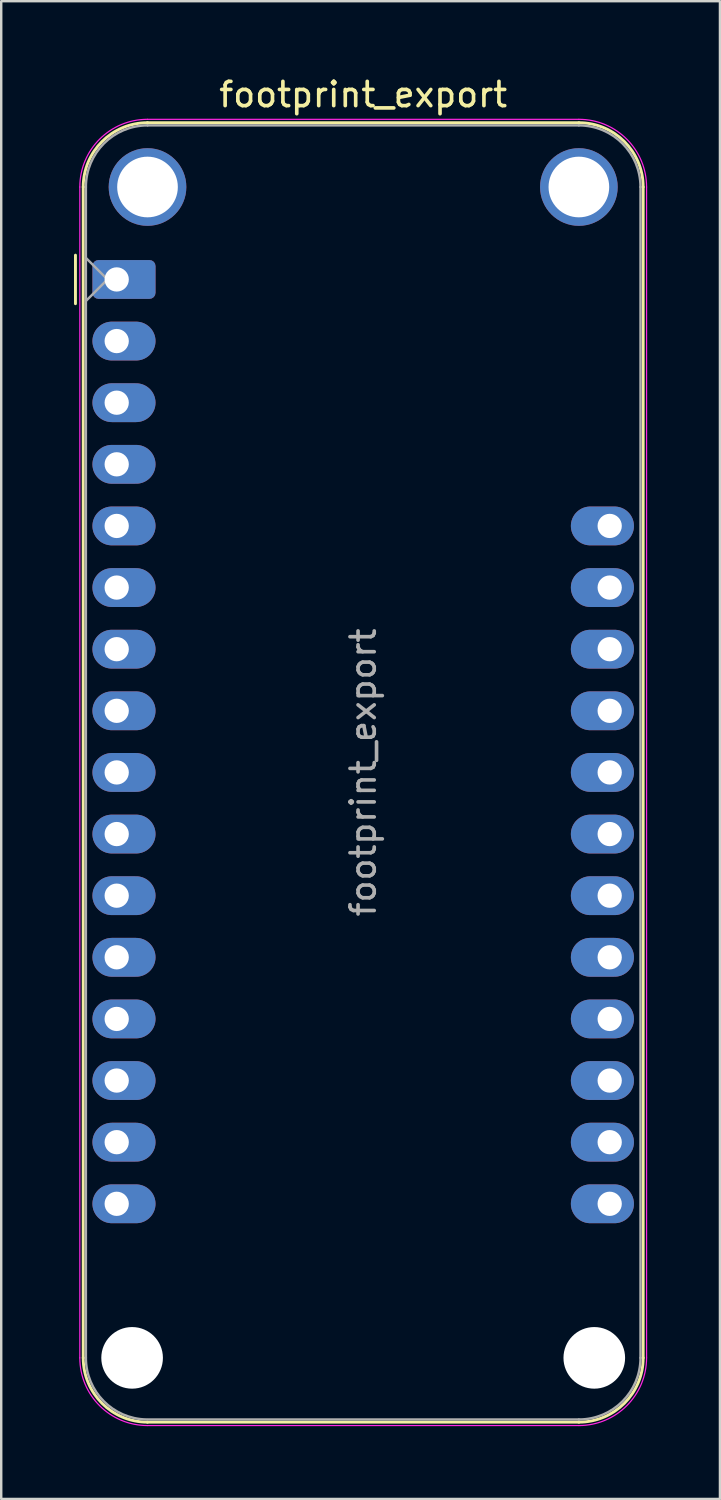
<source format=kicad_pcb>
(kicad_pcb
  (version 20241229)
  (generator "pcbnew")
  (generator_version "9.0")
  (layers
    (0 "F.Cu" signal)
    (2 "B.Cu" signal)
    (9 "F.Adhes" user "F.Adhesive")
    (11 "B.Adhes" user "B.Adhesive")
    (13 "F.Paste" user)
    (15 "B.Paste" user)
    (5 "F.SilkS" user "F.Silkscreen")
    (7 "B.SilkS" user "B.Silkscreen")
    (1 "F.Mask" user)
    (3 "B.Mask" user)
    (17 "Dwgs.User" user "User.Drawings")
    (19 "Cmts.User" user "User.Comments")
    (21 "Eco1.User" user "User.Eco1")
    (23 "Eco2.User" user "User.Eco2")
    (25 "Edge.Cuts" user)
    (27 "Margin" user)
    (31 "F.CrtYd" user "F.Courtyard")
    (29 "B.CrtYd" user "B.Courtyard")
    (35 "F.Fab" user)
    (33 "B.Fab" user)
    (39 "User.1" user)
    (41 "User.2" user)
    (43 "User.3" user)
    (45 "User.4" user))
  (footprint "footprint_export"
    (layer "F.Cu")
    (at 1.76 8.468)
    (property "Reference" "footprint_export" (at 10.16 -7.62 0) (layer "F.SilkS") (effects (font (size 1 1) (thickness 0.15))))
    (attr through_hole)
    (fp_line (start -1.7 1) (end -1.7 -1) (stroke (width 0.12) (type solid)) (layer "F.SilkS"))
    (fp_line (start -1.38 -3.81) (end -1.38 44.45) (stroke (width 0.12) (type solid)) (layer "F.SilkS"))
    (fp_line (start 19.05 -6.46) (end 1.27 -6.46) (stroke (width 0.12) (type solid)) (layer "F.SilkS"))
    (fp_line (start 19.05 47.1) (end 1.27 47.1) (stroke (width 0.12) (type solid)) (layer "F.SilkS"))
    (fp_line (start 21.7 -3.81) (end 21.7 44.45) (stroke (width 0.12) (type solid)) (layer "F.SilkS"))
    (fp_arc (start -1.38 -3.81) (mid -0.603833 -5.683833) (end 1.27 -6.46) (stroke (width 0.12) (type solid)) (layer "F.SilkS"))
    (fp_arc (start 1.27 47.1) (mid -0.603833 46.323833) (end -1.38 44.45) (stroke (width 0.12) (type solid)) (layer "F.SilkS"))
    (fp_arc (start 19.05 -6.46) (mid 20.923833 -5.683833) (end 21.7 -3.81) (stroke (width 0.12) (type solid)) (layer "F.SilkS"))
    (fp_arc (start 21.7 44.45) (mid 20.923833 46.323833) (end 19.05 47.1) (stroke (width 0.12) (type solid)) (layer "F.SilkS"))
    (fp_line (start -1.52 44.45) (end -1.52 -3.81) (stroke (width 0.05) (type solid)) (layer "F.CrtYd"))
    (fp_line (start 19.05 -6.6) (end 1.27 -6.6) (stroke (width 0.05) (type solid)) (layer "F.CrtYd"))
    (fp_line (start 19.05 47.24) (end 1.27 47.24) (stroke (width 0.05) (type solid)) (layer "F.CrtYd"))
    (fp_line (start 21.84 44.45) (end 21.84 -3.81) (stroke (width 0.05) (type solid)) (layer "F.CrtYd"))
    (fp_arc (start -1.52 -3.81) (mid -0.702828 -5.782828) (end 1.27 -6.6) (stroke (width 0.05) (type solid)) (layer "F.CrtYd"))
    (fp_arc (start 1.27 47.24) (mid -0.702828 46.422828) (end -1.52 44.45) (stroke (width 0.05) (type solid)) (layer "F.CrtYd"))
    (fp_arc (start 19.05 -6.6) (mid 21.022828 -5.782828) (end 21.84 -3.81) (stroke (width 0.05) (type solid)) (layer "F.CrtYd"))
    (fp_arc (start 21.84 44.45) (mid 21.022828 46.422828) (end 19.05 47.24) (stroke (width 0.05) (type solid)) (layer "F.CrtYd"))
    (fp_line (start -1.27 -3.81) (end -1.27 44.45) (stroke (width 0.1) (type solid)) (layer "F.Fab"))
    (fp_line (start -1.27 -0.889) (end -0.381 0) (stroke (width 0.1) (type solid)) (layer "F.Fab"))
    (fp_line (start -0.381 0) (end -1.27 0.889) (stroke (width 0.1) (type solid)) (layer "F.Fab"))
    (fp_line (start 1.27 46.99) (end 19.05 46.99) (stroke (width 0.1) (type solid)) (layer "F.Fab"))
    (fp_line (start 19.05 -6.35) (end 1.27 -6.35) (stroke (width 0.1) (type solid)) (layer "F.Fab"))
    (fp_line (start 21.59 44.45) (end 21.59 -3.81) (stroke (width 0.1) (type solid)) (layer "F.Fab"))
    (fp_arc (start -1.27 -3.81) (mid -0.526051 -5.606051) (end 1.27 -6.35) (stroke (width 0.1) (type solid)) (layer "F.Fab"))
    (fp_arc (start 1.221238 46.989532) (mid -0.543209 46.228728) (end -1.27 44.45) (stroke (width 0.1) (type solid)) (layer "F.Fab"))
    (fp_arc (start 19.05 -6.35) (mid 20.846051 -5.606051) (end 21.59 -3.81) (stroke (width 0.1) (type solid)) (layer "F.Fab"))
    (fp_arc (start 21.59 44.45) (mid 20.846051 46.246051) (end 19.05 46.99) (stroke (width 0.1) (type solid)) (layer "F.Fab"))
    (fp_text user "${REFERENCE}" (at 10.16 20.32 270) (layer "F.Fab") (effects (font (size 1 1) (thickness 0.15))))
    (pad "" np_thru_hole circle (at 0.635 44.45 270) (size 2.54 2.54) (drill 2.54) (layers "*.Cu" "*.Mask"))
    (pad "" np_thru_hole circle (at 1.27 -3.81 270) (size 3.2 3.2) (drill 2.5) (layers "*.Cu" "*.Mask"))
    (pad "" np_thru_hole circle (at 19.05 -3.81 270) (size 3.2 3.2) (drill 2.5) (layers "*.Cu" "*.Mask"))
    (pad "" np_thru_hole circle (at 19.685 44.45 270) (size 2.54 2.54) (drill 2.54) (layers "*.Cu" "*.Mask"))
    (pad "1" thru_hole roundrect (at 0 0) (size 2.6 1.6) (drill 1 (offset 0.3 0)) (layers "*.Cu" "*.Mask") (roundrect_rratio 0.156))
    (pad "2" thru_hole oval (at 0 2.54) (size 2.6 1.6) (drill 1 (offset 0.3 0)) (layers "*.Cu" "*.Mask"))
    (pad "3" thru_hole oval (at 0 5.08) (size 2.6 1.6) (drill 1 (offset 0.3 0)) (layers "*.Cu" "*.Mask"))
    (pad "4" thru_hole oval (at 0 7.62) (size 2.6 1.6) (drill 1 (offset 0.3 0)) (layers "*.Cu" "*.Mask"))
    (pad "5" thru_hole oval (at 0 10.16) (size 2.6 1.6) (drill 1 (offset 0.3 0)) (layers "*.Cu" "*.Mask"))
    (pad "6" thru_hole oval (at 0 12.7) (size 2.6 1.6) (drill 1 (offset 0.3 0)) (layers "*.Cu" "*.Mask"))
    (pad "7" thru_hole oval (at 0 15.24) (size 2.6 1.6) (drill 1 (offset 0.3 0)) (layers "*.Cu" "*.Mask"))
    (pad "8" thru_hole oval (at 0 17.78) (size 2.6 1.6) (drill 1 (offset 0.3 0)) (layers "*.Cu" "*.Mask"))
    (pad "9" thru_hole oval (at 0 20.32) (size 2.6 1.6) (drill 1 (offset 0.3 0)) (layers "*.Cu" "*.Mask"))
    (pad "10" thru_hole oval (at 0 22.86) (size 2.6 1.6) (drill 1 (offset 0.3 0)) (layers "*.Cu" "*.Mask"))
    (pad "11" thru_hole oval (at 0 25.4) (size 2.6 1.6) (drill 1 (offset 0.3 0)) (layers "*.Cu" "*.Mask"))
    (pad "12" thru_hole oval (at 0 27.94) (size 2.6 1.6) (drill 1 (offset 0.3 0)) (layers "*.Cu" "*.Mask"))
    (pad "13" thru_hole oval (at 0 30.48) (size 2.6 1.6) (drill 1 (offset 0.3 0)) (layers "*.Cu" "*.Mask"))
    (pad "14" thru_hole oval (at 0 33.02) (size 2.6 1.6) (drill 1 (offset 0.3 0)) (layers "*.Cu" "*.Mask"))
    (pad "15" thru_hole oval (at 0 35.56) (size 2.6 1.6) (drill 1 (offset 0.3 0)) (layers "*.Cu" "*.Mask"))
    (pad "16" thru_hole oval (at 0 38.1) (size 2.6 1.6) (drill 1 (offset 0.3 0)) (layers "*.Cu" "*.Mask"))
    (pad "17" thru_hole oval (at 20.32 38.1 180) (size 2.6 1.6) (drill 1 (offset 0.3 0)) (layers "*.Cu" "*.Mask"))
    (pad "18" thru_hole oval (at 20.32 35.56 180) (size 2.6 1.6) (drill 1 (offset 0.3 0)) (layers "*.Cu" "*.Mask"))
    (pad "19" thru_hole oval (at 20.32 33.02 180) (size 2.6 1.6) (drill 1 (offset 0.3 0)) (layers "*.Cu" "*.Mask"))
    (pad "20" thru_hole oval (at 20.32 30.48 180) (size 2.6 1.6) (drill 1 (offset 0.3 0)) (layers "*.Cu" "*.Mask"))
    (pad "21" thru_hole oval (at 20.32 27.94 180) (size 2.6 1.6) (drill 1 (offset 0.3 0)) (layers "*.Cu" "*.Mask"))
    (pad "22" thru_hole oval (at 20.32 25.4 180) (size 2.6 1.6) (drill 1 (offset 0.3 0)) (layers "*.Cu" "*.Mask"))
    (pad "23" thru_hole oval (at 20.32 22.86 180) (size 2.6 1.6) (drill 1 (offset 0.3 0)) (layers "*.Cu" "*.Mask"))
    (pad "24" thru_hole oval (at 20.32 20.32 180) (size 2.6 1.6) (drill 1 (offset 0.3 0)) (layers "*.Cu" "*.Mask"))
    (pad "25" thru_hole oval (at 20.32 17.78 180) (size 2.6 1.6) (drill 1 (offset 0.3 0)) (layers "*.Cu" "*.Mask"))
    (pad "26" thru_hole oval (at 20.32 15.24 180) (size 2.6 1.6) (drill 1 (offset 0.3 0)) (layers "*.Cu" "*.Mask"))
    (pad "27" thru_hole oval (at 20.32 12.7 180) (size 2.6 1.6) (drill 1 (offset 0.3 0)) (layers "*.Cu" "*.Mask"))
    (pad "28" thru_hole oval (at 20.32 10.16 180) (size 2.6 1.6) (drill 1 (offset 0.3 0)) (layers "*.Cu" "*.Mask")))
  (gr_rect
    (start -3 -3)
    (end 26.625 58.733)
    (stroke (width 0.1) (type default))
    (fill no)
    (layer "Edge.Cuts")))
</source>
